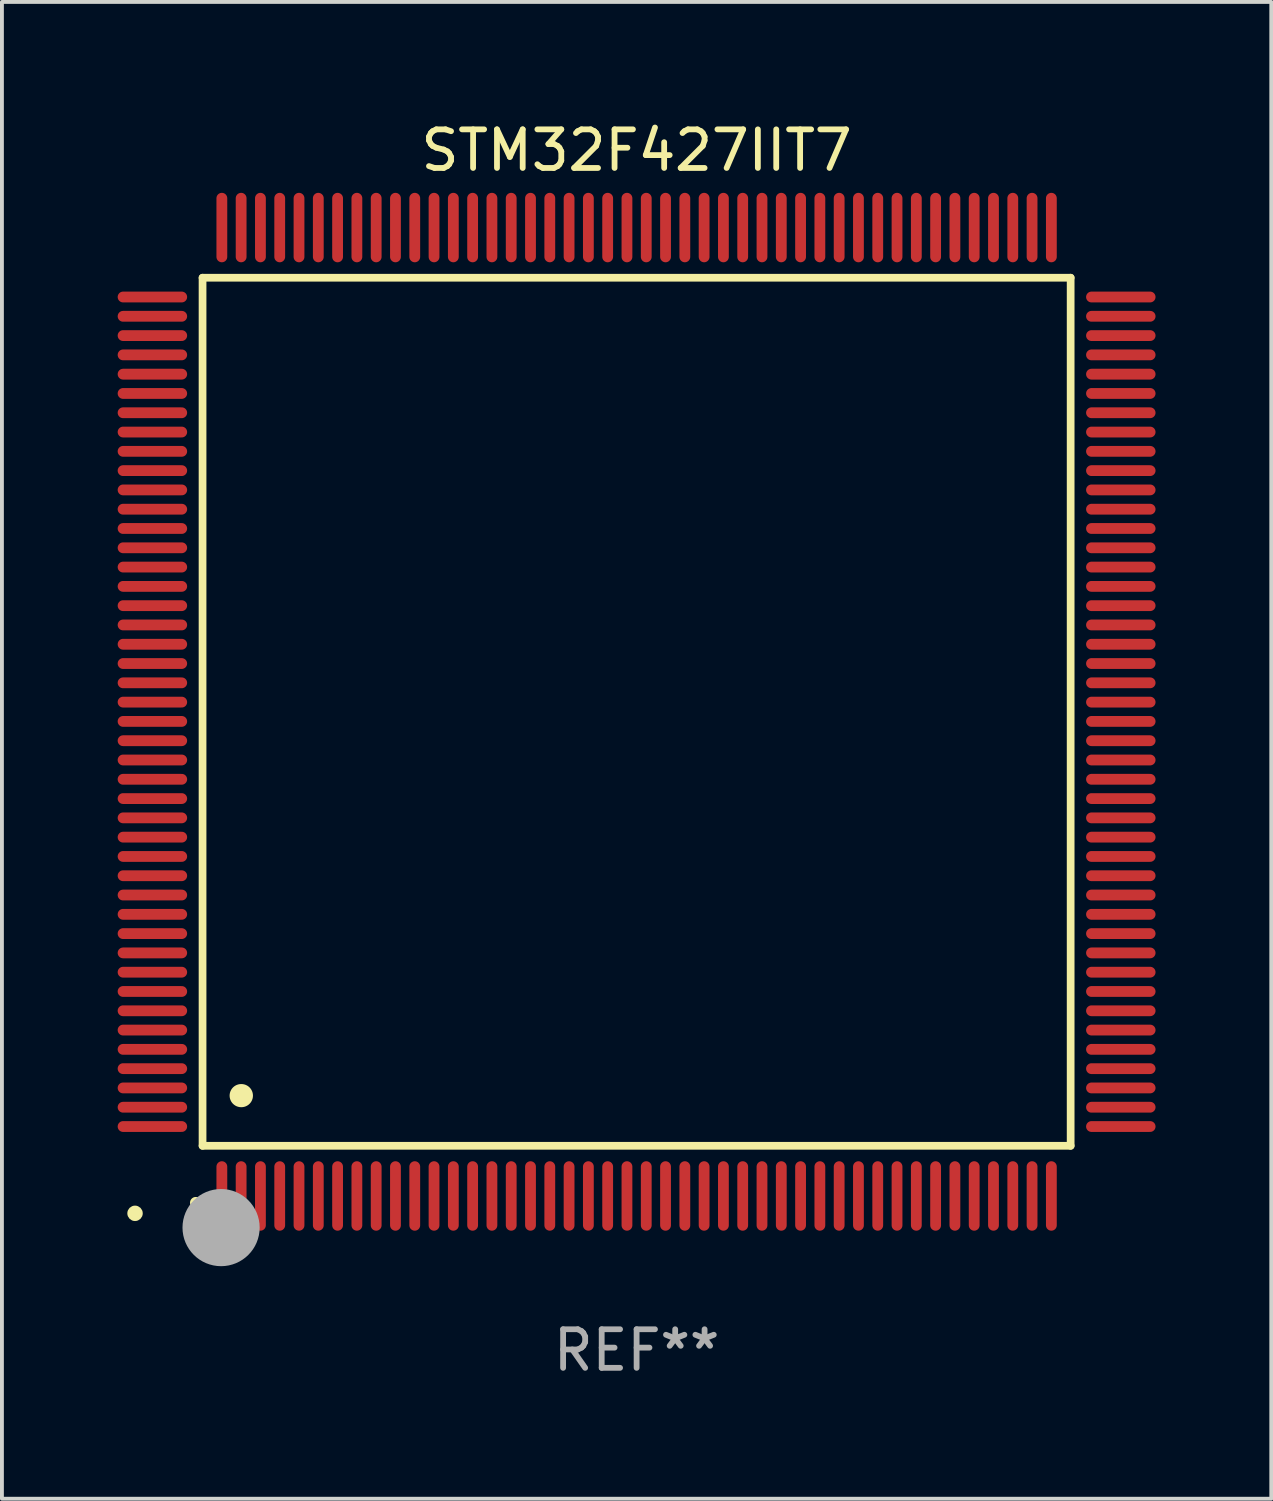
<source format=kicad_pcb>
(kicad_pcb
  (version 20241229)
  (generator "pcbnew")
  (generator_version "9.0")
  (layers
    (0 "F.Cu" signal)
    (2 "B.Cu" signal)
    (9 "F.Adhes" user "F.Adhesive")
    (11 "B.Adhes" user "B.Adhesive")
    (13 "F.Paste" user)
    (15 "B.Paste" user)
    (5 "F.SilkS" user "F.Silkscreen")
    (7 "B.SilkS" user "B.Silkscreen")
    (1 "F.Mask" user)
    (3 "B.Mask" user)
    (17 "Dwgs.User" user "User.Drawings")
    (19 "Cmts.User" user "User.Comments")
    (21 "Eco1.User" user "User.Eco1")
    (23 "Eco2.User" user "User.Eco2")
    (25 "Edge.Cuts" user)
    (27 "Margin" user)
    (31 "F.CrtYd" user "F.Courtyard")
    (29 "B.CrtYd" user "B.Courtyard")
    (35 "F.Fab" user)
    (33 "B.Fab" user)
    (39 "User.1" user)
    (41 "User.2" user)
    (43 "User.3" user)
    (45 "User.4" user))
  (footprint "STM32F427IIT7"
    (layer "F.Cu")
    (at 13.45 15.398)
    (property "Reference" "STM32F427IIT7" (at 0 -14.55 0) (layer "F.SilkS") (effects (font (size 1 1) (thickness 0.15))))
    (attr through_hole)
    (fp_line (start -11.25 -11.25) (end 11.25 -11.25) (stroke (width 0.2) (type solid)) (layer "F.SilkS"))
    (fp_line (start -11.25 11.25) (end -11.25 -11.25) (stroke (width 0.2) (type solid)) (layer "F.SilkS"))
    (fp_line (start 11.25 -11.25) (end 11.25 11.25) (stroke (width 0.2) (type solid)) (layer "F.SilkS"))
    (fp_line (start 11.25 11.25) (end -11.25 11.25) (stroke (width 0.2) (type solid)) (layer "F.SilkS"))
    (fp_arc (start -11.424943 12.725425) (mid -11.423673 12.72542) (end -11.422403 12.725425) (stroke (width 0.3) (type solid)) (layer "F.SilkS"))
    (fp_arc (start -10.24892 9.9492) (mid -10.24638 9.949189) (end -10.24384 9.9492) (stroke (width 0.6) (type solid)) (layer "F.SilkS"))
    (fp_circle (center -13 13) (end -12.9 13) (stroke (width 0.2) (type solid)) (fill no) (layer "F.SilkS"))
    (fp_circle (center -10.77 13.37) (end -10.27 13.37) (stroke (width 1) (type solid)) (fill no) (layer "F.Fab"))
    (fp_text user "REF**" (at 0 16.55 0) (layer "F.Fab") (effects (font (size 1 1) (thickness 0.15))))
    (pad "1" smd oval (at -10.75 12.55) (size 0.28 1.8) (layers "F.Cu" "F.Mask" "F.Paste"))
    (pad "2" smd oval (at -10.25 12.55) (size 0.28 1.8) (layers "F.Cu" "F.Mask" "F.Paste"))
    (pad "3" smd oval (at -9.75 12.55) (size 0.28 1.8) (layers "F.Cu" "F.Mask" "F.Paste"))
    (pad "4" smd oval (at -9.25 12.55) (size 0.28 1.8) (layers "F.Cu" "F.Mask" "F.Paste"))
    (pad "5" smd oval (at -8.75 12.55) (size 0.28 1.8) (layers "F.Cu" "F.Mask" "F.Paste"))
    (pad "6" smd oval (at -8.25 12.55) (size 0.28 1.8) (layers "F.Cu" "F.Mask" "F.Paste"))
    (pad "7" smd oval (at -7.75 12.55) (size 0.28 1.8) (layers "F.Cu" "F.Mask" "F.Paste"))
    (pad "8" smd oval (at -7.25 12.55) (size 0.28 1.8) (layers "F.Cu" "F.Mask" "F.Paste"))
    (pad "9" smd oval (at -6.75 12.55) (size 0.28 1.8) (layers "F.Cu" "F.Mask" "F.Paste"))
    (pad "10" smd oval (at -6.25 12.55) (size 0.28 1.8) (layers "F.Cu" "F.Mask" "F.Paste"))
    (pad "11" smd oval (at -5.75 12.55) (size 0.28 1.8) (layers "F.Cu" "F.Mask" "F.Paste"))
    (pad "12" smd oval (at -5.25 12.55) (size 0.28 1.8) (layers "F.Cu" "F.Mask" "F.Paste"))
    (pad "13" smd oval (at -4.75 12.55) (size 0.28 1.8) (layers "F.Cu" "F.Mask" "F.Paste"))
    (pad "14" smd oval (at -4.25 12.55) (size 0.28 1.8) (layers "F.Cu" "F.Mask" "F.Paste"))
    (pad "15" smd oval (at -3.75 12.55) (size 0.28 1.8) (layers "F.Cu" "F.Mask" "F.Paste"))
    (pad "16" smd oval (at -3.25 12.55) (size 0.28 1.8) (layers "F.Cu" "F.Mask" "F.Paste"))
    (pad "17" smd oval (at -2.75 12.55) (size 0.28 1.8) (layers "F.Cu" "F.Mask" "F.Paste"))
    (pad "18" smd oval (at -2.25 12.55) (size 0.28 1.8) (layers "F.Cu" "F.Mask" "F.Paste"))
    (pad "19" smd oval (at -1.75 12.55) (size 0.28 1.8) (layers "F.Cu" "F.Mask" "F.Paste"))
    (pad "20" smd oval (at -1.25 12.55) (size 0.28 1.8) (layers "F.Cu" "F.Mask" "F.Paste"))
    (pad "21" smd oval (at -0.75 12.55) (size 0.28 1.8) (layers "F.Cu" "F.Mask" "F.Paste"))
    (pad "22" smd oval (at -0.25 12.55) (size 0.28 1.8) (layers "F.Cu" "F.Mask" "F.Paste"))
    (pad "23" smd oval (at 0.25 12.55) (size 0.28 1.8) (layers "F.Cu" "F.Mask" "F.Paste"))
    (pad "24" smd oval (at 0.75 12.55) (size 0.28 1.8) (layers "F.Cu" "F.Mask" "F.Paste"))
    (pad "25" smd oval (at 1.25 12.55) (size 0.28 1.8) (layers "F.Cu" "F.Mask" "F.Paste"))
    (pad "26" smd oval (at 1.75 12.55) (size 0.28 1.8) (layers "F.Cu" "F.Mask" "F.Paste"))
    (pad "27" smd oval (at 2.25 12.55) (size 0.28 1.8) (layers "F.Cu" "F.Mask" "F.Paste"))
    (pad "28" smd oval (at 2.75 12.55) (size 0.28 1.8) (layers "F.Cu" "F.Mask" "F.Paste"))
    (pad "29" smd oval (at 3.25 12.55) (size 0.28 1.8) (layers "F.Cu" "F.Mask" "F.Paste"))
    (pad "30" smd oval (at 3.75 12.55) (size 0.28 1.8) (layers "F.Cu" "F.Mask" "F.Paste"))
    (pad "31" smd oval (at 4.25 12.55) (size 0.28 1.8) (layers "F.Cu" "F.Mask" "F.Paste"))
    (pad "32" smd oval (at 4.75 12.55) (size 0.28 1.8) (layers "F.Cu" "F.Mask" "F.Paste"))
    (pad "33" smd oval (at 5.25 12.55) (size 0.28 1.8) (layers "F.Cu" "F.Mask" "F.Paste"))
    (pad "34" smd oval (at 5.75 12.55) (size 0.28 1.8) (layers "F.Cu" "F.Mask" "F.Paste"))
    (pad "35" smd oval (at 6.25 12.55) (size 0.28 1.8) (layers "F.Cu" "F.Mask" "F.Paste"))
    (pad "36" smd oval (at 6.75 12.55) (size 0.28 1.8) (layers "F.Cu" "F.Mask" "F.Paste"))
    (pad "37" smd oval (at 7.25 12.55) (size 0.28 1.8) (layers "F.Cu" "F.Mask" "F.Paste"))
    (pad "38" smd oval (at 7.75 12.55) (size 0.28 1.8) (layers "F.Cu" "F.Mask" "F.Paste"))
    (pad "39" smd oval (at 8.25 12.55) (size 0.28 1.8) (layers "F.Cu" "F.Mask" "F.Paste"))
    (pad "40" smd oval (at 8.75 12.55) (size 0.28 1.8) (layers "F.Cu" "F.Mask" "F.Paste"))
    (pad "41" smd oval (at 9.25 12.55) (size 0.28 1.8) (layers "F.Cu" "F.Mask" "F.Paste"))
    (pad "42" smd oval (at 9.75 12.55) (size 0.28 1.8) (layers "F.Cu" "F.Mask" "F.Paste"))
    (pad "43" smd oval (at 10.25 12.55) (size 0.28 1.8) (layers "F.Cu" "F.Mask" "F.Paste"))
    (pad "44" smd oval (at 10.75 12.55) (size 0.28 1.8) (layers "F.Cu" "F.Mask" "F.Paste"))
    (pad "45" smd oval (at 12.55 10.75) (size 1.8 0.28) (layers "F.Cu" "F.Mask" "F.Paste"))
    (pad "46" smd oval (at 12.55 10.25) (size 1.8 0.28) (layers "F.Cu" "F.Mask" "F.Paste"))
    (pad "47" smd oval (at 12.55 9.75) (size 1.8 0.28) (layers "F.Cu" "F.Mask" "F.Paste"))
    (pad "48" smd oval (at 12.55 9.25) (size 1.8 0.28) (layers "F.Cu" "F.Mask" "F.Paste"))
    (pad "49" smd oval (at 12.55 8.75) (size 1.8 0.28) (layers "F.Cu" "F.Mask" "F.Paste"))
    (pad "50" smd oval (at 12.55 8.25) (size 1.8 0.28) (layers "F.Cu" "F.Mask" "F.Paste"))
    (pad "51" smd oval (at 12.55 7.75) (size 1.8 0.28) (layers "F.Cu" "F.Mask" "F.Paste"))
    (pad "52" smd oval (at 12.55 7.25) (size 1.8 0.28) (layers "F.Cu" "F.Mask" "F.Paste"))
    (pad "53" smd oval (at 12.55 6.75) (size 1.8 0.28) (layers "F.Cu" "F.Mask" "F.Paste"))
    (pad "54" smd oval (at 12.55 6.25) (size 1.8 0.28) (layers "F.Cu" "F.Mask" "F.Paste"))
    (pad "55" smd oval (at 12.55 5.75) (size 1.8 0.28) (layers "F.Cu" "F.Mask" "F.Paste"))
    (pad "56" smd oval (at 12.55 5.25) (size 1.8 0.28) (layers "F.Cu" "F.Mask" "F.Paste"))
    (pad "57" smd oval (at 12.55 4.75) (size 1.8 0.28) (layers "F.Cu" "F.Mask" "F.Paste"))
    (pad "58" smd oval (at 12.55 4.25) (size 1.8 0.28) (layers "F.Cu" "F.Mask" "F.Paste"))
    (pad "59" smd oval (at 12.55 3.75) (size 1.8 0.28) (layers "F.Cu" "F.Mask" "F.Paste"))
    (pad "60" smd oval (at 12.55 3.25) (size 1.8 0.28) (layers "F.Cu" "F.Mask" "F.Paste"))
    (pad "61" smd oval (at 12.55 2.75) (size 1.8 0.28) (layers "F.Cu" "F.Mask" "F.Paste"))
    (pad "62" smd oval (at 12.55 2.25) (size 1.8 0.28) (layers "F.Cu" "F.Mask" "F.Paste"))
    (pad "63" smd oval (at 12.55 1.75) (size 1.8 0.28) (layers "F.Cu" "F.Mask" "F.Paste"))
    (pad "64" smd oval (at 12.55 1.25) (size 1.8 0.28) (layers "F.Cu" "F.Mask" "F.Paste"))
    (pad "65" smd oval (at 12.55 0.75) (size 1.8 0.28) (layers "F.Cu" "F.Mask" "F.Paste"))
    (pad "66" smd oval (at 12.55 0.25) (size 1.8 0.28) (layers "F.Cu" "F.Mask" "F.Paste"))
    (pad "67" smd oval (at 12.55 -0.25) (size 1.8 0.28) (layers "F.Cu" "F.Mask" "F.Paste"))
    (pad "68" smd oval (at 12.55 -0.75) (size 1.8 0.28) (layers "F.Cu" "F.Mask" "F.Paste"))
    (pad "69" smd oval (at 12.55 -1.25) (size 1.8 0.28) (layers "F.Cu" "F.Mask" "F.Paste"))
    (pad "70" smd oval (at 12.55 -1.75) (size 1.8 0.28) (layers "F.Cu" "F.Mask" "F.Paste"))
    (pad "71" smd oval (at 12.55 -2.25) (size 1.8 0.28) (layers "F.Cu" "F.Mask" "F.Paste"))
    (pad "72" smd oval (at 12.55 -2.75) (size 1.8 0.28) (layers "F.Cu" "F.Mask" "F.Paste"))
    (pad "73" smd oval (at 12.55 -3.25) (size 1.8 0.28) (layers "F.Cu" "F.Mask" "F.Paste"))
    (pad "74" smd oval (at 12.55 -3.75) (size 1.8 0.28) (layers "F.Cu" "F.Mask" "F.Paste"))
    (pad "75" smd oval (at 12.55 -4.25) (size 1.8 0.28) (layers "F.Cu" "F.Mask" "F.Paste"))
    (pad "76" smd oval (at 12.55 -4.75) (size 1.8 0.28) (layers "F.Cu" "F.Mask" "F.Paste"))
    (pad "77" smd oval (at 12.55 -5.25) (size 1.8 0.28) (layers "F.Cu" "F.Mask" "F.Paste"))
    (pad "78" smd oval (at 12.55 -5.75) (size 1.8 0.28) (layers "F.Cu" "F.Mask" "F.Paste"))
    (pad "79" smd oval (at 12.55 -6.25) (size 1.8 0.28) (layers "F.Cu" "F.Mask" "F.Paste"))
    (pad "80" smd oval (at 12.55 -6.75) (size 1.8 0.28) (layers "F.Cu" "F.Mask" "F.Paste"))
    (pad "81" smd oval (at 12.55 -7.25) (size 1.8 0.28) (layers "F.Cu" "F.Mask" "F.Paste"))
    (pad "82" smd oval (at 12.55 -7.75) (size 1.8 0.28) (layers "F.Cu" "F.Mask" "F.Paste"))
    (pad "83" smd oval (at 12.55 -8.25) (size 1.8 0.28) (layers "F.Cu" "F.Mask" "F.Paste"))
    (pad "84" smd oval (at 12.55 -8.75) (size 1.8 0.28) (layers "F.Cu" "F.Mask" "F.Paste"))
    (pad "85" smd oval (at 12.55 -9.25) (size 1.8 0.28) (layers "F.Cu" "F.Mask" "F.Paste"))
    (pad "86" smd oval (at 12.55 -9.75) (size 1.8 0.28) (layers "F.Cu" "F.Mask" "F.Paste"))
    (pad "87" smd oval (at 12.55 -10.25) (size 1.8 0.28) (layers "F.Cu" "F.Mask" "F.Paste"))
    (pad "88" smd oval (at 12.55 -10.75) (size 1.8 0.28) (layers "F.Cu" "F.Mask" "F.Paste"))
    (pad "89" smd oval (at 10.75 -12.55) (size 0.28 1.8) (layers "F.Cu" "F.Mask" "F.Paste"))
    (pad "90" smd oval (at 10.25 -12.55) (size 0.28 1.8) (layers "F.Cu" "F.Mask" "F.Paste"))
    (pad "91" smd oval (at 9.75 -12.55) (size 0.28 1.8) (layers "F.Cu" "F.Mask" "F.Paste"))
    (pad "92" smd oval (at 9.25 -12.55) (size 0.28 1.8) (layers "F.Cu" "F.Mask" "F.Paste"))
    (pad "93" smd oval (at 8.75 -12.55) (size 0.28 1.8) (layers "F.Cu" "F.Mask" "F.Paste"))
    (pad "94" smd oval (at 8.25 -12.55) (size 0.28 1.8) (layers "F.Cu" "F.Mask" "F.Paste"))
    (pad "95" smd oval (at 7.75 -12.55) (size 0.28 1.8) (layers "F.Cu" "F.Mask" "F.Paste"))
    (pad "96" smd oval (at 7.25 -12.55) (size 0.28 1.8) (layers "F.Cu" "F.Mask" "F.Paste"))
    (pad "97" smd oval (at 6.75 -12.55) (size 0.28 1.8) (layers "F.Cu" "F.Mask" "F.Paste"))
    (pad "98" smd oval (at 6.25 -12.55) (size 0.28 1.8) (layers "F.Cu" "F.Mask" "F.Paste"))
    (pad "99" smd oval (at 5.75 -12.55) (size 0.28 1.8) (layers "F.Cu" "F.Mask" "F.Paste"))
    (pad "100" smd oval (at 5.25 -12.55) (size 0.28 1.8) (layers "F.Cu" "F.Mask" "F.Paste"))
    (pad "101" smd oval (at 4.75 -12.55) (size 0.28 1.8) (layers "F.Cu" "F.Mask" "F.Paste"))
    (pad "102" smd oval (at 4.25 -12.55) (size 0.28 1.8) (layers "F.Cu" "F.Mask" "F.Paste"))
    (pad "103" smd oval (at 3.75 -12.55) (size 0.28 1.8) (layers "F.Cu" "F.Mask" "F.Paste"))
    (pad "104" smd oval (at 3.25 -12.55) (size 0.28 1.8) (layers "F.Cu" "F.Mask" "F.Paste"))
    (pad "105" smd oval (at 2.75 -12.55) (size 0.28 1.8) (layers "F.Cu" "F.Mask" "F.Paste"))
    (pad "106" smd oval (at 2.25 -12.55) (size 0.28 1.8) (layers "F.Cu" "F.Mask" "F.Paste"))
    (pad "107" smd oval (at 1.75 -12.55) (size 0.28 1.8) (layers "F.Cu" "F.Mask" "F.Paste"))
    (pad "108" smd oval (at 1.25 -12.55) (size 0.28 1.8) (layers "F.Cu" "F.Mask" "F.Paste"))
    (pad "109" smd oval (at 0.75 -12.55) (size 0.28 1.8) (layers "F.Cu" "F.Mask" "F.Paste"))
    (pad "110" smd oval (at 0.25 -12.55) (size 0.28 1.8) (layers "F.Cu" "F.Mask" "F.Paste"))
    (pad "111" smd oval (at -0.25 -12.55) (size 0.28 1.8) (layers "F.Cu" "F.Mask" "F.Paste"))
    (pad "112" smd oval (at -0.75 -12.55) (size 0.28 1.8) (layers "F.Cu" "F.Mask" "F.Paste"))
    (pad "113" smd oval (at -1.25 -12.55) (size 0.28 1.8) (layers "F.Cu" "F.Mask" "F.Paste"))
    (pad "114" smd oval (at -1.75 -12.55) (size 0.28 1.8) (layers "F.Cu" "F.Mask" "F.Paste"))
    (pad "115" smd oval (at -2.25 -12.55) (size 0.28 1.8) (layers "F.Cu" "F.Mask" "F.Paste"))
    (pad "116" smd oval (at -2.75 -12.55) (size 0.28 1.8) (layers "F.Cu" "F.Mask" "F.Paste"))
    (pad "117" smd oval (at -3.25 -12.55) (size 0.28 1.8) (layers "F.Cu" "F.Mask" "F.Paste"))
    (pad "118" smd oval (at -3.75 -12.55) (size 0.28 1.8) (layers "F.Cu" "F.Mask" "F.Paste"))
    (pad "119" smd oval (at -4.25 -12.55) (size 0.28 1.8) (layers "F.Cu" "F.Mask" "F.Paste"))
    (pad "120" smd oval (at -4.75 -12.55) (size 0.28 1.8) (layers "F.Cu" "F.Mask" "F.Paste"))
    (pad "121" smd oval (at -5.25 -12.55) (size 0.28 1.8) (layers "F.Cu" "F.Mask" "F.Paste"))
    (pad "122" smd oval (at -5.75 -12.55) (size 0.28 1.8) (layers "F.Cu" "F.Mask" "F.Paste"))
    (pad "123" smd oval (at -6.25 -12.55) (size 0.28 1.8) (layers "F.Cu" "F.Mask" "F.Paste"))
    (pad "124" smd oval (at -6.75 -12.55) (size 0.28 1.8) (layers "F.Cu" "F.Mask" "F.Paste"))
    (pad "125" smd oval (at -7.25 -12.55) (size 0.28 1.8) (layers "F.Cu" "F.Mask" "F.Paste"))
    (pad "126" smd oval (at -7.75 -12.55) (size 0.28 1.8) (layers "F.Cu" "F.Mask" "F.Paste"))
    (pad "127" smd oval (at -8.25 -12.55) (size 0.28 1.8) (layers "F.Cu" "F.Mask" "F.Paste"))
    (pad "128" smd oval (at -8.75 -12.55) (size 0.28 1.8) (layers "F.Cu" "F.Mask" "F.Paste"))
    (pad "129" smd oval (at -9.25 -12.55) (size 0.28 1.8) (layers "F.Cu" "F.Mask" "F.Paste"))
    (pad "130" smd oval (at -9.75 -12.55) (size 0.28 1.8) (layers "F.Cu" "F.Mask" "F.Paste"))
    (pad "131" smd oval (at -10.25 -12.55) (size 0.28 1.8) (layers "F.Cu" "F.Mask" "F.Paste"))
    (pad "132" smd oval (at -10.75 -12.55) (size 0.28 1.8) (layers "F.Cu" "F.Mask" "F.Paste"))
    (pad "133" smd oval (at -12.55 -10.75) (size 1.8 0.28) (layers "F.Cu" "F.Mask" "F.Paste"))
    (pad "134" smd oval (at -12.55 -10.25) (size 1.8 0.28) (layers "F.Cu" "F.Mask" "F.Paste"))
    (pad "135" smd oval (at -12.55 -9.75) (size 1.8 0.28) (layers "F.Cu" "F.Mask" "F.Paste"))
    (pad "136" smd oval (at -12.55 -9.25) (size 1.8 0.28) (layers "F.Cu" "F.Mask" "F.Paste"))
    (pad "137" smd oval (at -12.55 -8.75) (size 1.8 0.28) (layers "F.Cu" "F.Mask" "F.Paste"))
    (pad "138" smd oval (at -12.55 -8.25) (size 1.8 0.28) (layers "F.Cu" "F.Mask" "F.Paste"))
    (pad "139" smd oval (at -12.55 -7.75) (size 1.8 0.28) (layers "F.Cu" "F.Mask" "F.Paste"))
    (pad "140" smd oval (at -12.55 -7.25) (size 1.8 0.28) (layers "F.Cu" "F.Mask" "F.Paste"))
    (pad "141" smd oval (at -12.55 -6.75) (size 1.8 0.28) (layers "F.Cu" "F.Mask" "F.Paste"))
    (pad "142" smd oval (at -12.55 -6.25) (size 1.8 0.28) (layers "F.Cu" "F.Mask" "F.Paste"))
    (pad "143" smd oval (at -12.55 -5.75) (size 1.8 0.28) (layers "F.Cu" "F.Mask" "F.Paste"))
    (pad "144" smd oval (at -12.55 -5.25) (size 1.8 0.28) (layers "F.Cu" "F.Mask" "F.Paste"))
    (pad "145" smd oval (at -12.55 -4.75) (size 1.8 0.28) (layers "F.Cu" "F.Mask" "F.Paste"))
    (pad "146" smd oval (at -12.55 -4.25) (size 1.8 0.28) (layers "F.Cu" "F.Mask" "F.Paste"))
    (pad "147" smd oval (at -12.55 -3.75) (size 1.8 0.28) (layers "F.Cu" "F.Mask" "F.Paste"))
    (pad "148" smd oval (at -12.55 -3.25) (size 1.8 0.28) (layers "F.Cu" "F.Mask" "F.Paste"))
    (pad "149" smd oval (at -12.55 -2.75) (size 1.8 0.28) (layers "F.Cu" "F.Mask" "F.Paste"))
    (pad "150" smd oval (at -12.55 -2.25) (size 1.8 0.28) (layers "F.Cu" "F.Mask" "F.Paste"))
    (pad "151" smd oval (at -12.55 -1.75) (size 1.8 0.28) (layers "F.Cu" "F.Mask" "F.Paste"))
    (pad "152" smd oval (at -12.55 -1.25) (size 1.8 0.28) (layers "F.Cu" "F.Mask" "F.Paste"))
    (pad "153" smd oval (at -12.55 -0.75) (size 1.8 0.28) (layers "F.Cu" "F.Mask" "F.Paste"))
    (pad "154" smd oval (at -12.55 -0.25) (size 1.8 0.28) (layers "F.Cu" "F.Mask" "F.Paste"))
    (pad "155" smd oval (at -12.55 0.25) (size 1.8 0.28) (layers "F.Cu" "F.Mask" "F.Paste"))
    (pad "156" smd oval (at -12.55 0.75) (size 1.8 0.28) (layers "F.Cu" "F.Mask" "F.Paste"))
    (pad "157" smd oval (at -12.55 1.25) (size 1.8 0.28) (layers "F.Cu" "F.Mask" "F.Paste"))
    (pad "158" smd oval (at -12.55 1.75) (size 1.8 0.28) (layers "F.Cu" "F.Mask" "F.Paste"))
    (pad "159" smd oval (at -12.55 2.25) (size 1.8 0.28) (layers "F.Cu" "F.Mask" "F.Paste"))
    (pad "160" smd oval (at -12.55 2.75) (size 1.8 0.28) (layers "F.Cu" "F.Mask" "F.Paste"))
    (pad "161" smd oval (at -12.55 3.25) (size 1.8 0.28) (layers "F.Cu" "F.Mask" "F.Paste"))
    (pad "162" smd oval (at -12.55 3.75) (size 1.8 0.28) (layers "F.Cu" "F.Mask" "F.Paste"))
    (pad "163" smd oval (at -12.55 4.25) (size 1.8 0.28) (layers "F.Cu" "F.Mask" "F.Paste"))
    (pad "164" smd oval (at -12.55 4.75) (size 1.8 0.28) (layers "F.Cu" "F.Mask" "F.Paste"))
    (pad "165" smd oval (at -12.55 5.25) (size 1.8 0.28) (layers "F.Cu" "F.Mask" "F.Paste"))
    (pad "166" smd oval (at -12.55 5.75) (size 1.8 0.28) (layers "F.Cu" "F.Mask" "F.Paste"))
    (pad "167" smd oval (at -12.55 6.25) (size 1.8 0.28) (layers "F.Cu" "F.Mask" "F.Paste"))
    (pad "168" smd oval (at -12.55 6.75) (size 1.8 0.28) (layers "F.Cu" "F.Mask" "F.Paste"))
    (pad "169" smd oval (at -12.55 7.25) (size 1.8 0.28) (layers "F.Cu" "F.Mask" "F.Paste"))
    (pad "170" smd oval (at -12.55 7.75) (size 1.8 0.28) (layers "F.Cu" "F.Mask" "F.Paste"))
    (pad "171" smd oval (at -12.55 8.25) (size 1.8 0.28) (layers "F.Cu" "F.Mask" "F.Paste"))
    (pad "172" smd oval (at -12.55 8.75) (size 1.8 0.28) (layers "F.Cu" "F.Mask" "F.Paste"))
    (pad "173" smd oval (at -12.55 9.25) (size 1.8 0.28) (layers "F.Cu" "F.Mask" "F.Paste"))
    (pad "174" smd oval (at -12.55 9.75) (size 1.8 0.28) (layers "F.Cu" "F.Mask" "F.Paste"))
    (pad "175" smd oval (at -12.55 10.25) (size 1.8 0.28) (layers "F.Cu" "F.Mask" "F.Paste"))
    (pad "176" smd oval (at -12.55 10.75) (size 1.8 0.28) (layers "F.Cu" "F.Mask" "F.Paste")))
  (gr_rect
    (start -3 -3)
    (end 29.9 35.796)
    (stroke (width 0.1) (type default))
    (fill no)
    (layer "Edge.Cuts")))
</source>
